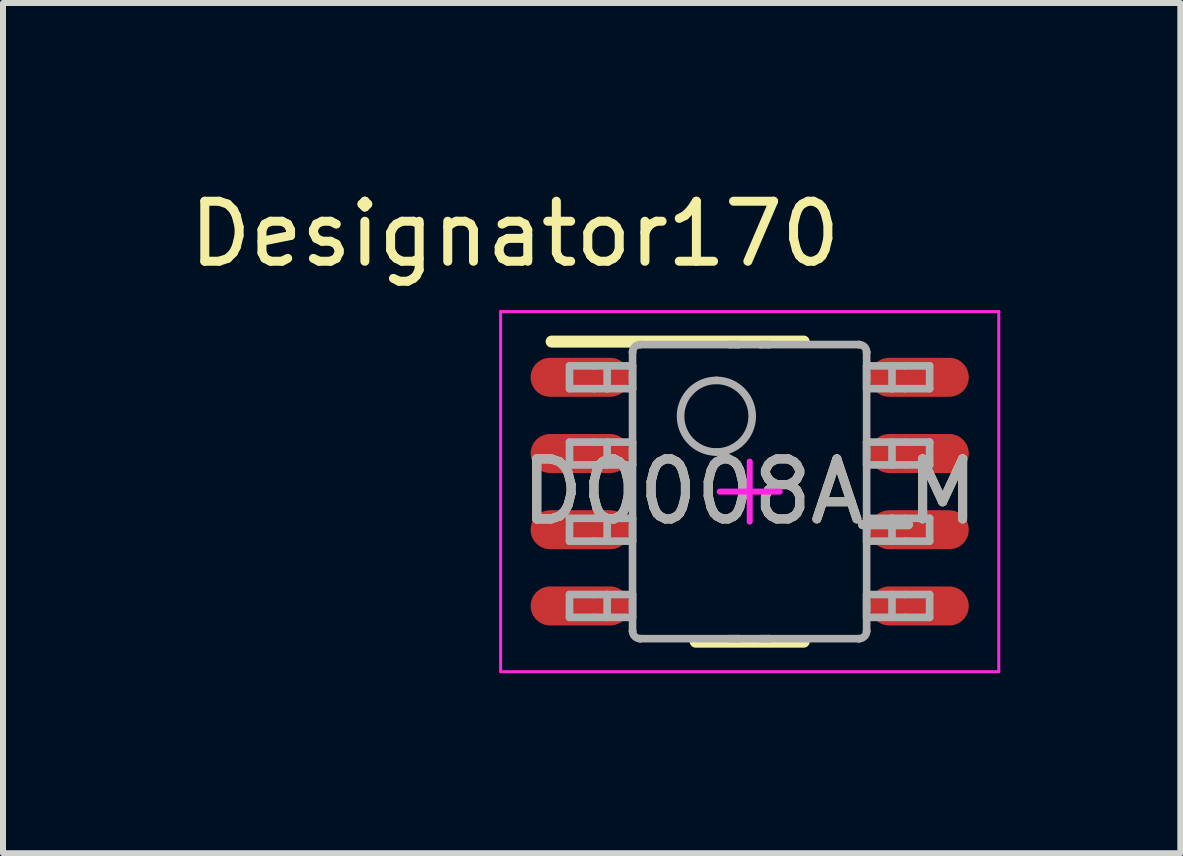
<source format=kicad_pcb>
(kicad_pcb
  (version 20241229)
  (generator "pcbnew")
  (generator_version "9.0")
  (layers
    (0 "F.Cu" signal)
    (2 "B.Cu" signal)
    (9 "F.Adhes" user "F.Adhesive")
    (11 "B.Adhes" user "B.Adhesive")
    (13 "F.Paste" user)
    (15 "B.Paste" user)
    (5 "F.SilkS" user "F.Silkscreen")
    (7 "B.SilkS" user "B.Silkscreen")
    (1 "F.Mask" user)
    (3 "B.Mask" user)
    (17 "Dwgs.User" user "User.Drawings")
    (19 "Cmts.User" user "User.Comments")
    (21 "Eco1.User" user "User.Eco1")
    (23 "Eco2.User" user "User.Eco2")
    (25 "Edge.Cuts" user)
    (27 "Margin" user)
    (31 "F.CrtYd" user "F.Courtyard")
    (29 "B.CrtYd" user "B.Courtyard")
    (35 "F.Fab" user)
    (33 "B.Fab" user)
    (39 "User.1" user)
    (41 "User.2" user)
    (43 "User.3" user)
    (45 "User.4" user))
  (footprint "D0008A_M"
    (layer "F.Cu")
    (at 9.441 5.141)
    (property "Reference" "D0008A_M" (at 0 0 0) (unlocked yes) (layer "F.SilkS") (effects (font (size 1 1) (thickness 0.15))))
    (attr smd)
    (fp_line (start -3.3 -2.5) (end 0.9 -2.5) (stroke (width 0.2) (type solid)) (layer "F.SilkS"))
    (fp_line (start -0.9 2.5) (end 0.9 2.5) (stroke (width 0.2) (type solid)) (layer "F.SilkS"))
    (fp_line (start -4.15 -3) (end 4.15 -3) (stroke (width 0.05) (type solid)) (layer "F.CrtYd"))
    (fp_line (start -4.15 3) (end -4.15 -3) (stroke (width 0.05) (type solid)) (layer "F.CrtYd"))
    (fp_line (start -4.15 3) (end 4.15 3) (stroke (width 0.05) (type solid)) (layer "F.CrtYd"))
    (fp_line (start -0.5 0) (end 0.5 0) (stroke (width 0.1) (type solid)) (layer "F.CrtYd"))
    (fp_line (start 0 0.5) (end 0 -0.5) (stroke (width 0.1) (type solid)) (layer "F.CrtYd"))
    (fp_line (start 4.15 3) (end 4.15 -3) (stroke (width 0.05) (type solid)) (layer "F.CrtYd"))
    (fp_line (start -3.002 -2.095) (end -2.589 -2.095) (stroke (width 0.127) (type solid)) (layer "F.Fab"))
    (fp_line (start -3.002 -1.715) (end -3.002 -2.095) (stroke (width 0.127) (type solid)) (layer "F.Fab"))
    (fp_line (start -3.002 -1.715) (end -2.589 -1.715) (stroke (width 0.127) (type solid)) (layer "F.Fab"))
    (fp_line (start -3.002 -0.825) (end -2.589 -0.825) (stroke (width 0.127) (type solid)) (layer "F.Fab"))
    (fp_line (start -3.002 -0.445) (end -3.002 -0.825) (stroke (width 0.127) (type solid)) (layer "F.Fab"))
    (fp_line (start -3.002 -0.445) (end -2.589 -0.445) (stroke (width 0.127) (type solid)) (layer "F.Fab"))
    (fp_line (start -3.002 0.445) (end -2.589 0.445) (stroke (width 0.127) (type solid)) (layer "F.Fab"))
    (fp_line (start -3.002 0.825) (end -3.002 0.445) (stroke (width 0.127) (type solid)) (layer "F.Fab"))
    (fp_line (start -3.002 0.825) (end -2.589 0.825) (stroke (width 0.127) (type solid)) (layer "F.Fab"))
    (fp_line (start -3.002 1.715) (end -2.589 1.715) (stroke (width 0.127) (type solid)) (layer "F.Fab"))
    (fp_line (start -3.002 2.095) (end -3.002 1.715) (stroke (width 0.127) (type solid)) (layer "F.Fab"))
    (fp_line (start -3.002 2.095) (end -2.589 2.095) (stroke (width 0.127) (type solid)) (layer "F.Fab"))
    (fp_line (start -2.589 -2.095) (end -2.375 -2.095) (stroke (width 0.127) (type solid)) (layer "F.Fab"))
    (fp_line (start -2.589 -1.715) (end -2.375 -1.715) (stroke (width 0.127) (type solid)) (layer "F.Fab"))
    (fp_line (start -2.589 -0.825) (end -2.375 -0.825) (stroke (width 0.127) (type solid)) (layer "F.Fab"))
    (fp_line (start -2.589 -0.445) (end -2.375 -0.445) (stroke (width 0.127) (type solid)) (layer "F.Fab"))
    (fp_line (start -2.589 0.445) (end -2.375 0.445) (stroke (width 0.127) (type solid)) (layer "F.Fab"))
    (fp_line (start -2.589 0.825) (end -2.375 0.825) (stroke (width 0.127) (type solid)) (layer "F.Fab"))
    (fp_line (start -2.589 1.715) (end -2.375 1.715) (stroke (width 0.127) (type solid)) (layer "F.Fab"))
    (fp_line (start -2.589 2.095) (end -2.375 2.095) (stroke (width 0.127) (type solid)) (layer "F.Fab"))
    (fp_line (start -2.375 -2.095) (end -1.995 -2.095) (stroke (width 0.127) (type solid)) (layer "F.Fab"))
    (fp_line (start -2.375 -1.715) (end -2.375 -2.095) (stroke (width 0.127) (type solid)) (layer "F.Fab"))
    (fp_line (start -2.375 -1.715) (end -1.995 -1.715) (stroke (width 0.127) (type solid)) (layer "F.Fab"))
    (fp_line (start -2.375 -0.825) (end -1.995 -0.825) (stroke (width 0.127) (type solid)) (layer "F.Fab"))
    (fp_line (start -2.375 -0.445) (end -2.375 -0.825) (stroke (width 0.127) (type solid)) (layer "F.Fab"))
    (fp_line (start -2.375 -0.445) (end -1.995 -0.445) (stroke (width 0.127) (type solid)) (layer "F.Fab"))
    (fp_line (start -2.375 0.445) (end -1.995 0.445) (stroke (width 0.127) (type solid)) (layer "F.Fab"))
    (fp_line (start -2.375 0.825) (end -2.375 0.445) (stroke (width 0.127) (type solid)) (layer "F.Fab"))
    (fp_line (start -2.375 0.825) (end -1.995 0.825) (stroke (width 0.127) (type solid)) (layer "F.Fab"))
    (fp_line (start -2.375 1.715) (end -1.995 1.715) (stroke (width 0.127) (type solid)) (layer "F.Fab"))
    (fp_line (start -2.375 2.095) (end -2.375 1.715) (stroke (width 0.127) (type solid)) (layer "F.Fab"))
    (fp_line (start -2.375 2.095) (end -1.995 2.095) (stroke (width 0.127) (type solid)) (layer "F.Fab"))
    (fp_line (start -1.995 -2.095) (end -1.952 -2.095) (stroke (width 0.127) (type solid)) (layer "F.Fab"))
    (fp_line (start -1.995 -1.715) (end -1.952 -1.715) (stroke (width 0.127) (type solid)) (layer "F.Fab"))
    (fp_line (start -1.995 -0.825) (end -1.952 -0.825) (stroke (width 0.127) (type solid)) (layer "F.Fab"))
    (fp_line (start -1.995 -0.445) (end -1.952 -0.445) (stroke (width 0.127) (type solid)) (layer "F.Fab"))
    (fp_line (start -1.995 0.445) (end -1.952 0.445) (stroke (width 0.127) (type solid)) (layer "F.Fab"))
    (fp_line (start -1.995 0.825) (end -1.952 0.825) (stroke (width 0.127) (type solid)) (layer "F.Fab"))
    (fp_line (start -1.995 1.715) (end -1.952 1.715) (stroke (width 0.127) (type solid)) (layer "F.Fab"))
    (fp_line (start -1.995 2.095) (end -1.952 2.095) (stroke (width 0.127) (type solid)) (layer "F.Fab"))
    (fp_line (start -1.952 -2.323) (end -1.952 -2.324) (stroke (width 0.127) (type solid)) (layer "F.Fab"))
    (fp_line (start -1.952 -1.715) (end -1.952 -2.095) (stroke (width 0.127) (type solid)) (layer "F.Fab"))
    (fp_line (start -1.952 -0.445) (end -1.952 -0.825) (stroke (width 0.127) (type solid)) (layer "F.Fab"))
    (fp_line (start -1.952 0.825) (end -1.952 0.445) (stroke (width 0.127) (type solid)) (layer "F.Fab"))
    (fp_line (start -1.952 2.095) (end -1.952 1.715) (stroke (width 0.127) (type solid)) (layer "F.Fab"))
    (fp_line (start -1.952 2.323) (end -1.952 -2.323) (stroke (width 0.127) (type solid)) (layer "F.Fab"))
    (fp_line (start -1.952 2.324) (end -1.952 2.323) (stroke (width 0.127) (type solid)) (layer "F.Fab"))
    (fp_line (start -1.826 -2.45) (end -1.825 -2.45) (stroke (width 0.127) (type solid)) (layer "F.Fab"))
    (fp_line (start -1.826 2.45) (end -1.825 2.45) (stroke (width 0.127) (type solid)) (layer "F.Fab"))
    (fp_line (start -1.825 -2.45) (end -0.332 -2.45) (stroke (width 0.127) (type solid)) (layer "F.Fab"))
    (fp_line (start -1.825 2.45) (end -0.332 2.45) (stroke (width 0.127) (type solid)) (layer "F.Fab"))
    (fp_line (start -0.332 -2.45) (end -0.182 -2.45) (stroke (width 0.127) (type solid)) (layer "F.Fab"))
    (fp_line (start -0.332 -2.45) (end -0.182 -2.45) (stroke (width 0.127) (type solid)) (layer "F.Fab"))
    (fp_line (start -0.332 2.45) (end -0.182 2.45) (stroke (width 0.127) (type solid)) (layer "F.Fab"))
    (fp_line (start -0.332 2.45) (end -0.182 2.45) (stroke (width 0.127) (type solid)) (layer "F.Fab"))
    (fp_line (start -0.182 -2.45) (end 0.178 -2.45) (stroke (width 0.127) (type solid)) (layer "F.Fab"))
    (fp_line (start -0.182 2.45) (end 0.178 2.45) (stroke (width 0.127) (type solid)) (layer "F.Fab"))
    (fp_line (start 0.178 -2.45) (end 0.328 -2.45) (stroke (width 0.127) (type solid)) (layer "F.Fab"))
    (fp_line (start 0.178 -2.45) (end 0.328 -2.45) (stroke (width 0.127) (type solid)) (layer "F.Fab"))
    (fp_line (start 0.178 2.45) (end 0.328 2.45) (stroke (width 0.127) (type solid)) (layer "F.Fab"))
    (fp_line (start 0.178 2.45) (end 0.328 2.45) (stroke (width 0.127) (type solid)) (layer "F.Fab"))
    (fp_line (start 0.328 -2.45) (end 1.821 -2.45) (stroke (width 0.127) (type solid)) (layer "F.Fab"))
    (fp_line (start 0.328 2.45) (end 1.821 2.45) (stroke (width 0.127) (type solid)) (layer "F.Fab"))
    (fp_line (start 1.821 -2.45) (end 1.822 -2.45) (stroke (width 0.127) (type solid)) (layer "F.Fab"))
    (fp_line (start 1.821 2.45) (end 1.822 2.45) (stroke (width 0.127) (type solid)) (layer "F.Fab"))
    (fp_line (start 1.948 -2.323) (end 1.948 -2.324) (stroke (width 0.127) (type solid)) (layer "F.Fab"))
    (fp_line (start 1.948 -2.095) (end 1.991 -2.095) (stroke (width 0.127) (type solid)) (layer "F.Fab"))
    (fp_line (start 1.948 -1.715) (end 1.948 -2.095) (stroke (width 0.127) (type solid)) (layer "F.Fab"))
    (fp_line (start 1.948 -1.715) (end 1.991 -1.715) (stroke (width 0.127) (type solid)) (layer "F.Fab"))
    (fp_line (start 1.948 -0.825) (end 1.991 -0.825) (stroke (width 0.127) (type solid)) (layer "F.Fab"))
    (fp_line (start 1.948 -0.445) (end 1.948 -0.825) (stroke (width 0.127) (type solid)) (layer "F.Fab"))
    (fp_line (start 1.948 -0.445) (end 1.991 -0.445) (stroke (width 0.127) (type solid)) (layer "F.Fab"))
    (fp_line (start 1.948 0.445) (end 1.991 0.445) (stroke (width 0.127) (type solid)) (layer "F.Fab"))
    (fp_line (start 1.948 0.825) (end 1.948 0.445) (stroke (width 0.127) (type solid)) (layer "F.Fab"))
    (fp_line (start 1.948 0.825) (end 1.991 0.825) (stroke (width 0.127) (type solid)) (layer "F.Fab"))
    (fp_line (start 1.948 1.715) (end 1.991 1.715) (stroke (width 0.127) (type solid)) (layer "F.Fab"))
    (fp_line (start 1.948 2.095) (end 1.948 1.715) (stroke (width 0.127) (type solid)) (layer "F.Fab"))
    (fp_line (start 1.948 2.095) (end 1.991 2.095) (stroke (width 0.127) (type solid)) (layer "F.Fab"))
    (fp_line (start 1.948 2.323) (end 1.948 -2.323) (stroke (width 0.127) (type solid)) (layer "F.Fab"))
    (fp_line (start 1.948 2.324) (end 1.948 2.323) (stroke (width 0.127) (type solid)) (layer "F.Fab"))
    (fp_line (start 1.991 -2.095) (end 2.371 -2.095) (stroke (width 0.127) (type solid)) (layer "F.Fab"))
    (fp_line (start 1.991 -1.715) (end 2.371 -1.715) (stroke (width 0.127) (type solid)) (layer "F.Fab"))
    (fp_line (start 1.991 -0.825) (end 2.371 -0.825) (stroke (width 0.127) (type solid)) (layer "F.Fab"))
    (fp_line (start 1.991 -0.445) (end 2.371 -0.445) (stroke (width 0.127) (type solid)) (layer "F.Fab"))
    (fp_line (start 1.991 0.445) (end 2.371 0.445) (stroke (width 0.127) (type solid)) (layer "F.Fab"))
    (fp_line (start 1.991 0.825) (end 2.371 0.825) (stroke (width 0.127) (type solid)) (layer "F.Fab"))
    (fp_line (start 1.991 1.715) (end 2.371 1.715) (stroke (width 0.127) (type solid)) (layer "F.Fab"))
    (fp_line (start 1.991 2.095) (end 2.371 2.095) (stroke (width 0.127) (type solid)) (layer "F.Fab"))
    (fp_line (start 2.371 -2.095) (end 2.585 -2.095) (stroke (width 0.127) (type solid)) (layer "F.Fab"))
    (fp_line (start 2.371 -1.715) (end 2.371 -2.095) (stroke (width 0.127) (type solid)) (layer "F.Fab"))
    (fp_line (start 2.371 -1.715) (end 2.585 -1.715) (stroke (width 0.127) (type solid)) (layer "F.Fab"))
    (fp_line (start 2.371 -0.825) (end 2.585 -0.825) (stroke (width 0.127) (type solid)) (layer "F.Fab"))
    (fp_line (start 2.371 -0.445) (end 2.371 -0.825) (stroke (width 0.127) (type solid)) (layer "F.Fab"))
    (fp_line (start 2.371 -0.445) (end 2.585 -0.445) (stroke (width 0.127) (type solid)) (layer "F.Fab"))
    (fp_line (start 2.371 0.445) (end 2.585 0.445) (stroke (width 0.127) (type solid)) (layer "F.Fab"))
    (fp_line (start 2.371 0.825) (end 2.371 0.445) (stroke (width 0.127) (type solid)) (layer "F.Fab"))
    (fp_line (start 2.371 0.825) (end 2.585 0.825) (stroke (width 0.127) (type solid)) (layer "F.Fab"))
    (fp_line (start 2.371 1.715) (end 2.585 1.715) (stroke (width 0.127) (type solid)) (layer "F.Fab"))
    (fp_line (start 2.371 2.095) (end 2.371 1.715) (stroke (width 0.127) (type solid)) (layer "F.Fab"))
    (fp_line (start 2.371 2.095) (end 2.585 2.095) (stroke (width 0.127) (type solid)) (layer "F.Fab"))
    (fp_line (start 2.585 -2.095) (end 2.998 -2.095) (stroke (width 0.127) (type solid)) (layer "F.Fab"))
    (fp_line (start 2.585 -1.715) (end 2.998 -1.715) (stroke (width 0.127) (type solid)) (layer "F.Fab"))
    (fp_line (start 2.585 -0.825) (end 2.998 -0.825) (stroke (width 0.127) (type solid)) (layer "F.Fab"))
    (fp_line (start 2.585 -0.445) (end 2.998 -0.445) (stroke (width 0.127) (type solid)) (layer "F.Fab"))
    (fp_line (start 2.585 0.445) (end 2.998 0.445) (stroke (width 0.127) (type solid)) (layer "F.Fab"))
    (fp_line (start 2.585 0.825) (end 2.998 0.825) (stroke (width 0.127) (type solid)) (layer "F.Fab"))
    (fp_line (start 2.585 1.715) (end 2.998 1.715) (stroke (width 0.127) (type solid)) (layer "F.Fab"))
    (fp_line (start 2.585 2.095) (end 2.998 2.095) (stroke (width 0.127) (type solid)) (layer "F.Fab"))
    (fp_line (start 2.998 -1.715) (end 2.998 -2.095) (stroke (width 0.127) (type solid)) (layer "F.Fab"))
    (fp_line (start 2.998 -0.445) (end 2.998 -0.825) (stroke (width 0.127) (type solid)) (layer "F.Fab"))
    (fp_line (start 2.998 0.825) (end 2.998 0.445) (stroke (width 0.127) (type solid)) (layer "F.Fab"))
    (fp_line (start 2.998 2.095) (end 2.998 1.715) (stroke (width 0.127) (type solid)) (layer "F.Fab"))
    (fp_arc (start -1.952002 -2.323941) (mid -1.914806 -2.412806) (end -1.825941 -2.450002) (stroke (width 0.127) (type solid)) (layer "F.Fab"))
    (fp_arc (start -1.825941 2.449992) (mid -1.914806 2.412795) (end -1.952002 2.323931) (stroke (width 0.127) (type solid)) (layer "F.Fab"))
    (fp_arc (start -0.555 -1.8531) (mid 0.0419 -1.2562) (end -0.555 -0.6593) (stroke (width 0.127) (type solid)) (layer "F.Fab"))
    (fp_arc (start -0.555 -0.6593) (mid -1.1519 -1.2562) (end -0.555 -1.8531) (stroke (width 0.127) (type solid)) (layer "F.Fab"))
    (fp_arc (start 1.821933 -2.450002) (mid 1.910797 -2.412806) (end 1.947994 -2.323941) (stroke (width 0.127) (type solid)) (layer "F.Fab"))
    (fp_arc (start 1.947994 2.323931) (mid 1.910797 2.412795) (end 1.821933 2.449992) (stroke (width 0.127) (type solid)) (layer "F.Fab"))
    (fp_text user "Designator170" (at -3.912 -4.293 0) (unlocked yes) (layer "F.SilkS") (effects (font (size 1 1) (thickness 0.15))))
    (fp_text user "${REFERENCE}" (at 0 0 0) (unlocked yes) (layer "F.Fab") (effects (font (size 1 1) (thickness 0.15))))
    (pad "1" smd oval (at -2.825 -1.905 90) (size 0.65 1.65) (layers "F.Cu" "F.Mask" "F.Paste"))
    (pad "2" smd oval (at -2.825 -0.635 90) (size 0.65 1.65) (layers "F.Cu" "F.Mask" "F.Paste"))
    (pad "3" smd oval (at -2.825 0.635 90) (size 0.65 1.65) (layers "F.Cu" "F.Mask" "F.Paste"))
    (pad "4" smd oval (at -2.825 1.905 90) (size 0.65 1.65) (layers "F.Cu" "F.Mask" "F.Paste"))
    (pad "5" smd oval (at 2.825 1.905 90) (size 0.65 1.65) (layers "F.Cu" "F.Mask" "F.Paste"))
    (pad "6" smd oval (at 2.825 0.635 90) (size 0.65 1.65) (layers "F.Cu" "F.Mask" "F.Paste"))
    (pad "7" smd oval (at 2.825 -0.635 90) (size 0.65 1.65) (layers "F.Cu" "F.Mask" "F.Paste"))
    (pad "8" smd oval (at 2.825 -1.905 90) (size 0.65 1.65) (layers "F.Cu" "F.Mask" "F.Paste")))
  (gr_rect
    (start -3 -3)
    (end 16.616 11.166)
    (stroke (width 0.1) (type default))
    (fill no)
    (layer "Edge.Cuts")))
</source>
